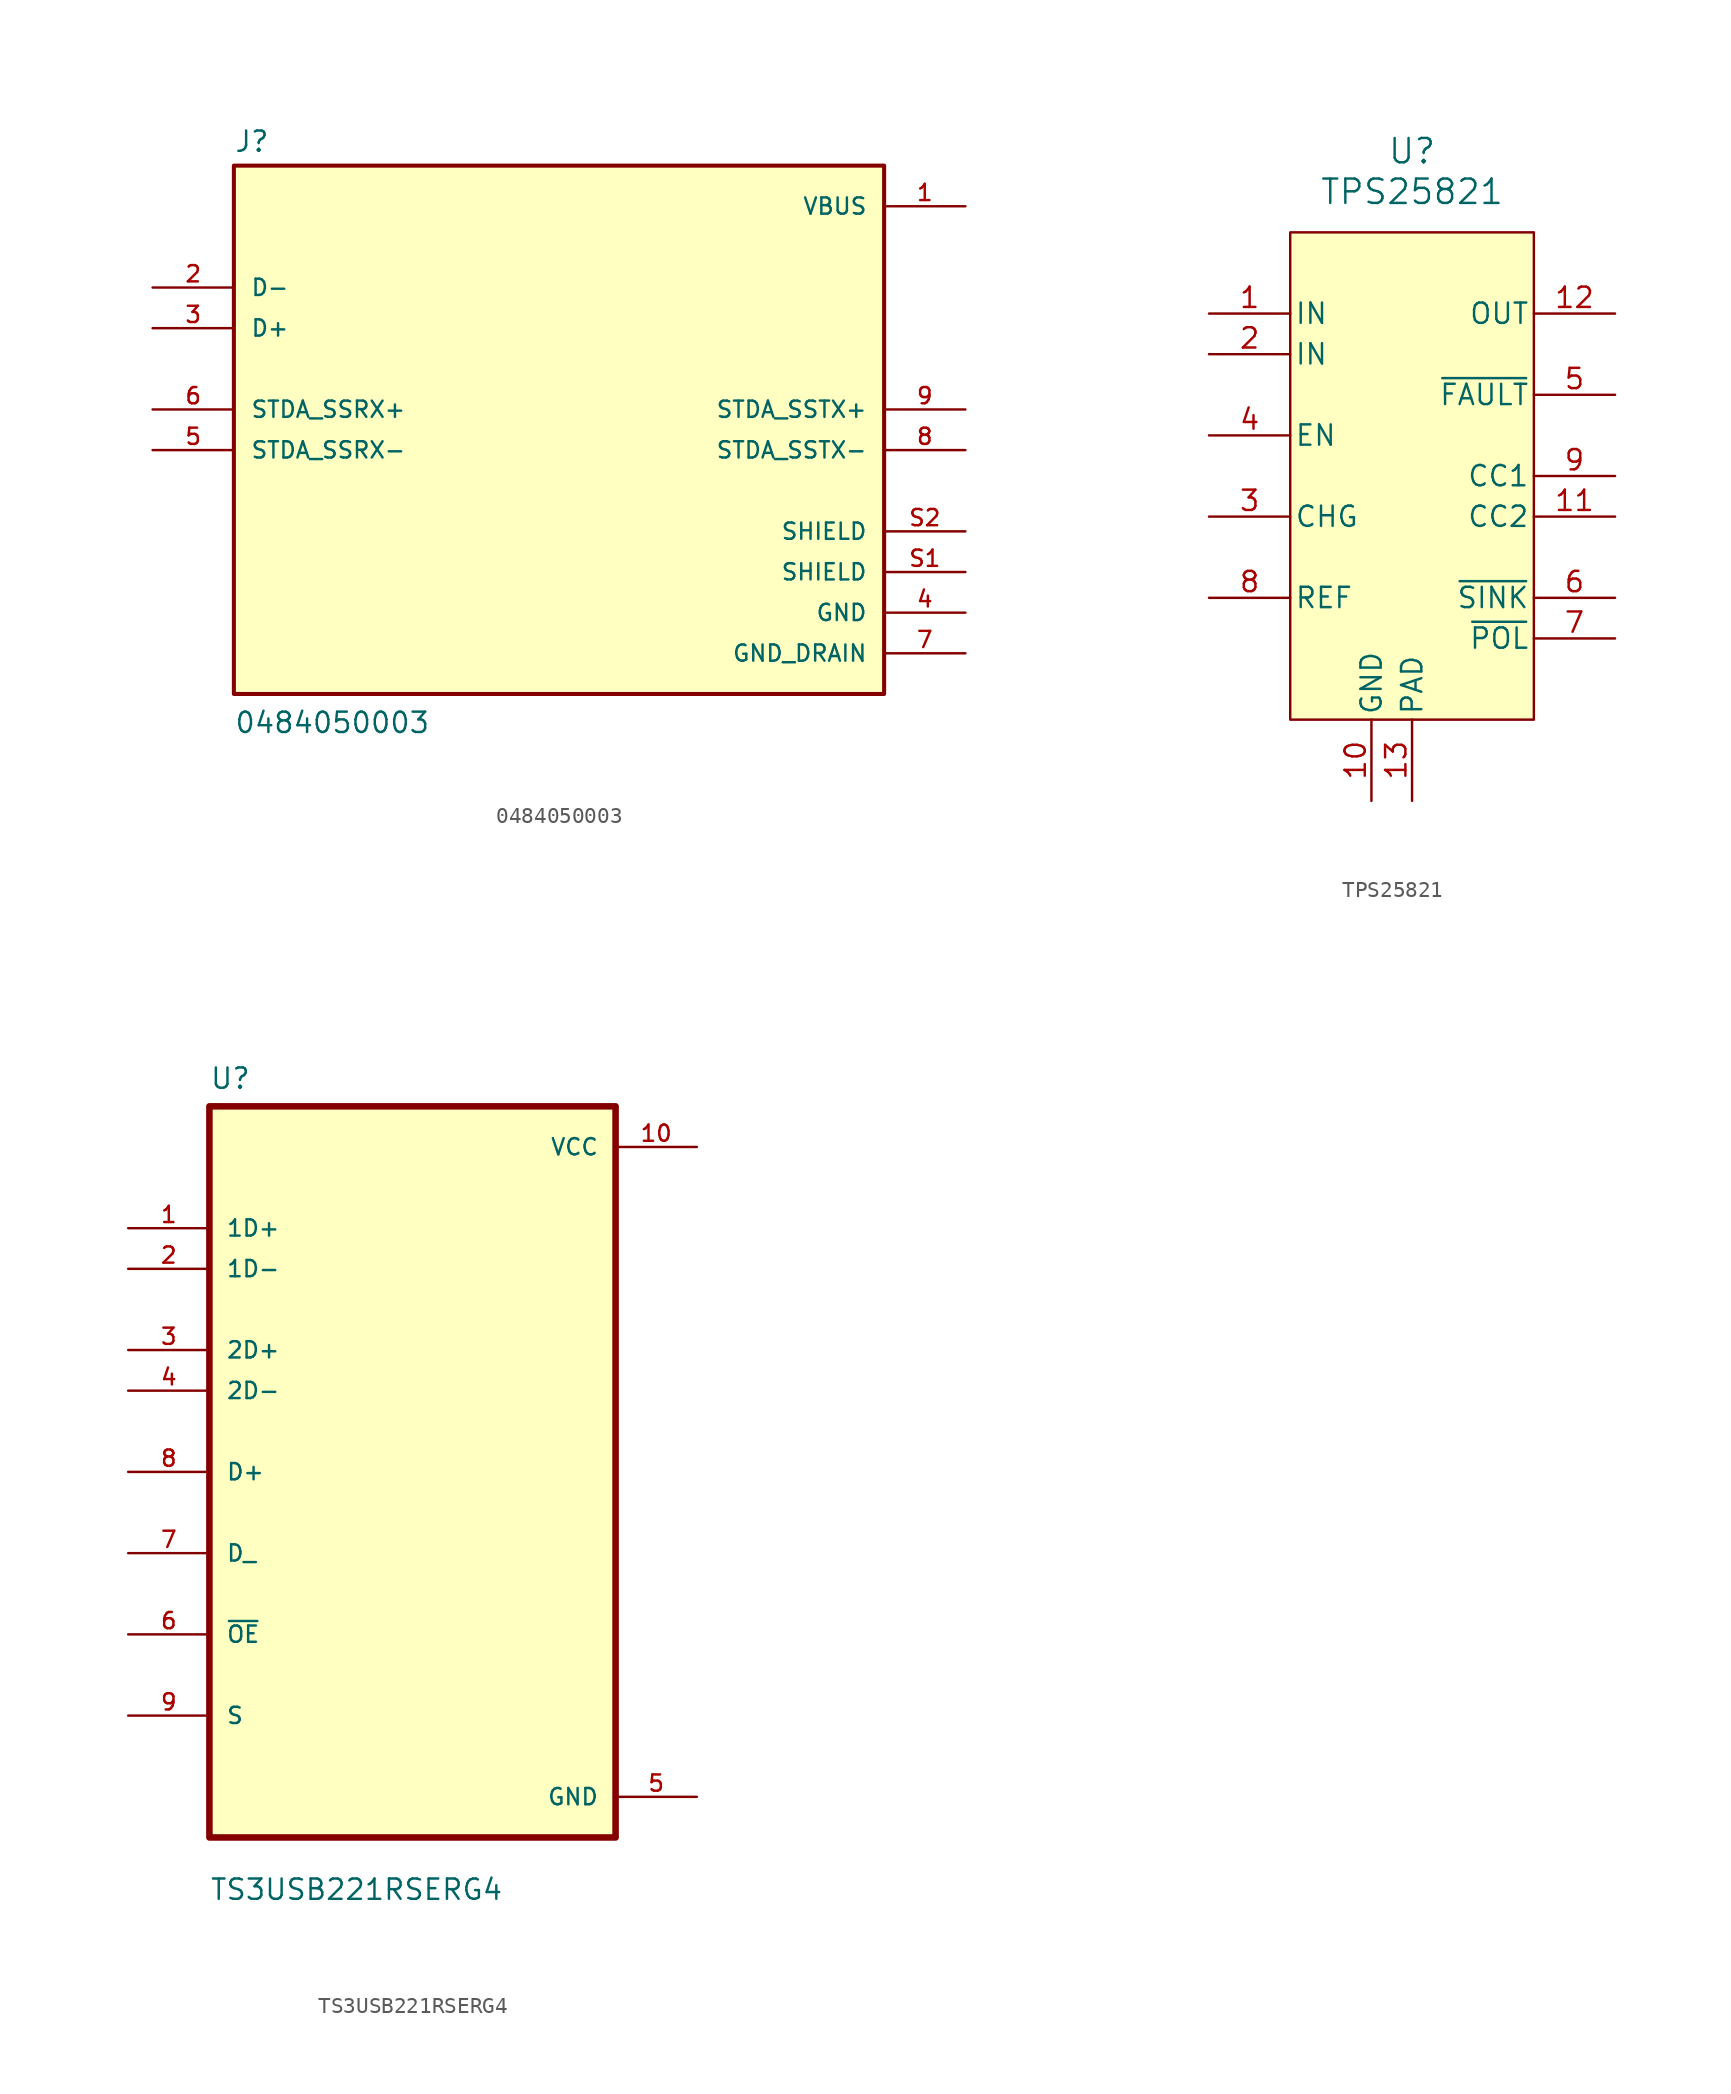
<source format=kicad_sym>
(kicad_symbol_lib
  (version 20220914)
  (generator kicad_symbol_editor)
  (symbol "0484050003"
    (pin_names
      (offset 1.016))
    (property "Reference" "J"
      (at -20.32 16.002 0)
      (effects (font (size 1.27 1.27)) (justify left bottom)))
    (property "Value" "0484050003"
      (at -20.32 -20.32 0)
      (effects (font (size 1.27 1.27)) (justify left bottom)))
    (symbol "0484050003_0_0"
      (rectangle (start -20.32 -17.78) (end 20.32 15.24) (stroke (width 0.254) (type default)) (fill (type background)))
      (pin power_in line (at 25.4 12.7 180) (length 5.08) (name "VBUS" (effects (font (size 1.016 1.016)))) (number "1" (effects (font (size 1.016 1.016)))))
      (pin bidirectional line (at -25.4 7.62 0) (length 5.08) (name "D-" (effects (font (size 1.016 1.016)))) (number "2" (effects (font (size 1.016 1.016)))))
      (pin bidirectional line (at -25.4 5.08 0) (length 5.08) (name "D+" (effects (font (size 1.016 1.016)))) (number "3" (effects (font (size 1.016 1.016)))))
      (pin power_in line (at 25.4 -12.7 180) (length 5.08) (name "GND" (effects (font (size 1.016 1.016)))) (number "4" (effects (font (size 1.016 1.016)))))
      (pin bidirectional line (at -25.4 -2.54 0) (length 5.08) (name "STDA_SSRX-" (effects (font (size 1.016 1.016)))) (number "5" (effects (font (size 1.016 1.016)))))
      (pin bidirectional line (at -25.4 0 0) (length 5.08) (name "STDA_SSRX+" (effects (font (size 1.016 1.016)))) (number "6" (effects (font (size 1.016 1.016)))))
      (pin power_in line (at 25.4 -15.24 180) (length 5.08) (name "GND_DRAIN" (effects (font (size 1.016 1.016)))) (number "7" (effects (font (size 1.016 1.016)))))
      (pin bidirectional line (at 25.4 -2.54 180) (length 5.08) (name "STDA_SSTX-" (effects (font (size 1.016 1.016)))) (number "8" (effects (font (size 1.016 1.016)))))
      (pin bidirectional line (at 25.4 0 180) (length 5.08) (name "STDA_SSTX+" (effects (font (size 1.016 1.016)))) (number "9" (effects (font (size 1.016 1.016)))))
      (pin passive line (at 25.4 -10.16 180) (length 5.08) (name "SHIELD" (effects (font (size 1.016 1.016)))) (number "S1" (effects (font (size 1.016 1.016)))))
      (pin passive line (at 25.4 -7.62 180) (length 5.08) (name "SHIELD" (effects (font (size 1.016 1.016)))) (number "S2" (effects (font (size 1.016 1.016)))))))
  (symbol "TPS25821"
    (pin_names
      (offset 0.254))
    (property "Reference" "U"
      (at 15.24 10.16 0)
      (effects (font (size 1.524 1.524))))
    (property "Value" "TPS25821"
      (at 15.24 7.62 0)
      (effects (font (size 1.524 1.524))))
    (property "Datasheet" ""
      (at 0 -10.16 0)
      (effects (font (size 1.524 1.524))))
    (symbol "TPS25821_0_1"
      (rectangle (start 7.62 5.08) (end 22.86 -25.4) (stroke (width 0) (type default)) (fill (type background))))
    (symbol "TPS25821_1_0"
      (pin power_in line (at 12.7 -30.48 90) (length 5.08) (name "GND" (effects (font (size 1.27 1.27)))) (number "10" (effects (font (size 1.27 1.27)))))
      (pin bidirectional line (at 27.94 -12.7 180) (length 5.08) (name "CC2" (effects (font (size 1.27 1.27)))) (number "11" (effects (font (size 1.27 1.27)))))
      (pin power_out line (at 27.94 0 180) (length 5.08) (name "OUT" (effects (font (size 1.27 1.27)))) (number "12" (effects (font (size 1.27 1.27)))))
      (pin power_in line (at 15.24 -30.48 90) (length 5.08) (name "PAD" (effects (font (size 1.27 1.27)))) (number "13" (effects (font (size 1.27 1.27)))))
      (pin open_collector line (at 27.94 -20.32 180) (length 5.08) (name "~{POL}" (effects (font (size 1.27 1.27)))) (number "7" (effects (font (size 1.27 1.27)))))
      (pin input line (at 2.54 -17.78 0) (length 5.08) (name "REF" (effects (font (size 1.27 1.27)))) (number "8" (effects (font (size 1.27 1.27)))))
      (pin bidirectional line (at 27.94 -10.16 180) (length 5.08) (name "CC1" (effects (font (size 1.27 1.27)))) (number "9" (effects (font (size 1.27 1.27))))))
    (symbol "TPS25821_1_1"
      (pin power_in line (at 2.54 0 0) (length 5.08) (name "IN" (effects (font (size 1.27 1.27)))) (number "1" (effects (font (size 1.27 1.27)))))
      (pin power_in line (at 2.54 -2.54 0) (length 5.08) (name "IN" (effects (font (size 1.27 1.27)))) (number "2" (effects (font (size 1.27 1.27)))))
      (pin input line (at 2.54 -12.7 0) (length 5.08) (name "CHG" (effects (font (size 1.27 1.27)))) (number "3" (effects (font (size 1.27 1.27)))))
      (pin input line (at 2.54 -7.62 0) (length 5.08) (name "EN" (effects (font (size 1.27 1.27)))) (number "4" (effects (font (size 1.27 1.27)))))
      (pin open_collector line (at 27.94 -5.08 180) (length 5.08) (name "~{FAULT}" (effects (font (size 1.27 1.27)))) (number "5" (effects (font (size 1.27 1.27)))))
      (pin open_collector line (at 27.94 -17.78 180) (length 5.08) (name "~{SINK}" (effects (font (size 1.27 1.27)))) (number "6" (effects (font (size 1.27 1.27)))))))
  (symbol "TS3USB221RSERG4"
    (pin_names
      (offset 1.016))
    (property "Reference" "U"
      (at -12.7 23.86 0)
      (effects (font (size 1.27 1.27)) (justify left bottom)))
    (property "Value" "TS3USB221RSERG4"
      (at -12.7 -26.86 0)
      (effects (font (size 1.27 1.27)) (justify left bottom)))
    (symbol "TS3USB221RSERG4_0_0"
      (rectangle (start -12.7 -22.86) (end 12.7 22.86) (stroke (width 0.41) (type default)) (fill (type background)))
      (pin bidirectional line (at -17.78 15.24 0) (length 5.08) (name "1D+" (effects (font (size 1.016 1.016)))) (number "1" (effects (font (size 1.016 1.016)))))
      (pin power_in line (at 17.78 20.32 180) (length 5.08) (name "VCC" (effects (font (size 1.016 1.016)))) (number "10" (effects (font (size 1.016 1.016)))))
      (pin bidirectional line (at -17.78 12.7 0) (length 5.08) (name "1D-" (effects (font (size 1.016 1.016)))) (number "2" (effects (font (size 1.016 1.016)))))
      (pin bidirectional line (at -17.78 7.62 0) (length 5.08) (name "2D+" (effects (font (size 1.016 1.016)))) (number "3" (effects (font (size 1.016 1.016)))))
      (pin bidirectional line (at -17.78 5.08 0) (length 5.08) (name "2D-" (effects (font (size 1.016 1.016)))) (number "4" (effects (font (size 1.016 1.016)))))
      (pin power_in line (at 17.78 -20.32 180) (length 5.08) (name "GND" (effects (font (size 1.016 1.016)))) (number "5" (effects (font (size 1.016 1.016)))))
      (pin bidirectional line (at -17.78 -10.16 0) (length 5.08) (name "~{OE}" (effects (font (size 1.016 1.016)))) (number "6" (effects (font (size 1.016 1.016)))))
      (pin bidirectional line (at -17.78 -5.08 0) (length 5.08) (name "D_" (effects (font (size 1.016 1.016)))) (number "7" (effects (font (size 1.016 1.016)))))
      (pin bidirectional line (at -17.78 0 0) (length 5.08) (name "D+" (effects (font (size 1.016 1.016)))) (number "8" (effects (font (size 1.016 1.016)))))
      (pin bidirectional line (at -17.78 -15.24 0) (length 5.08) (name "S" (effects (font (size 1.016 1.016)))) (number "9" (effects (font (size 1.016 1.016))))))))
</source>
